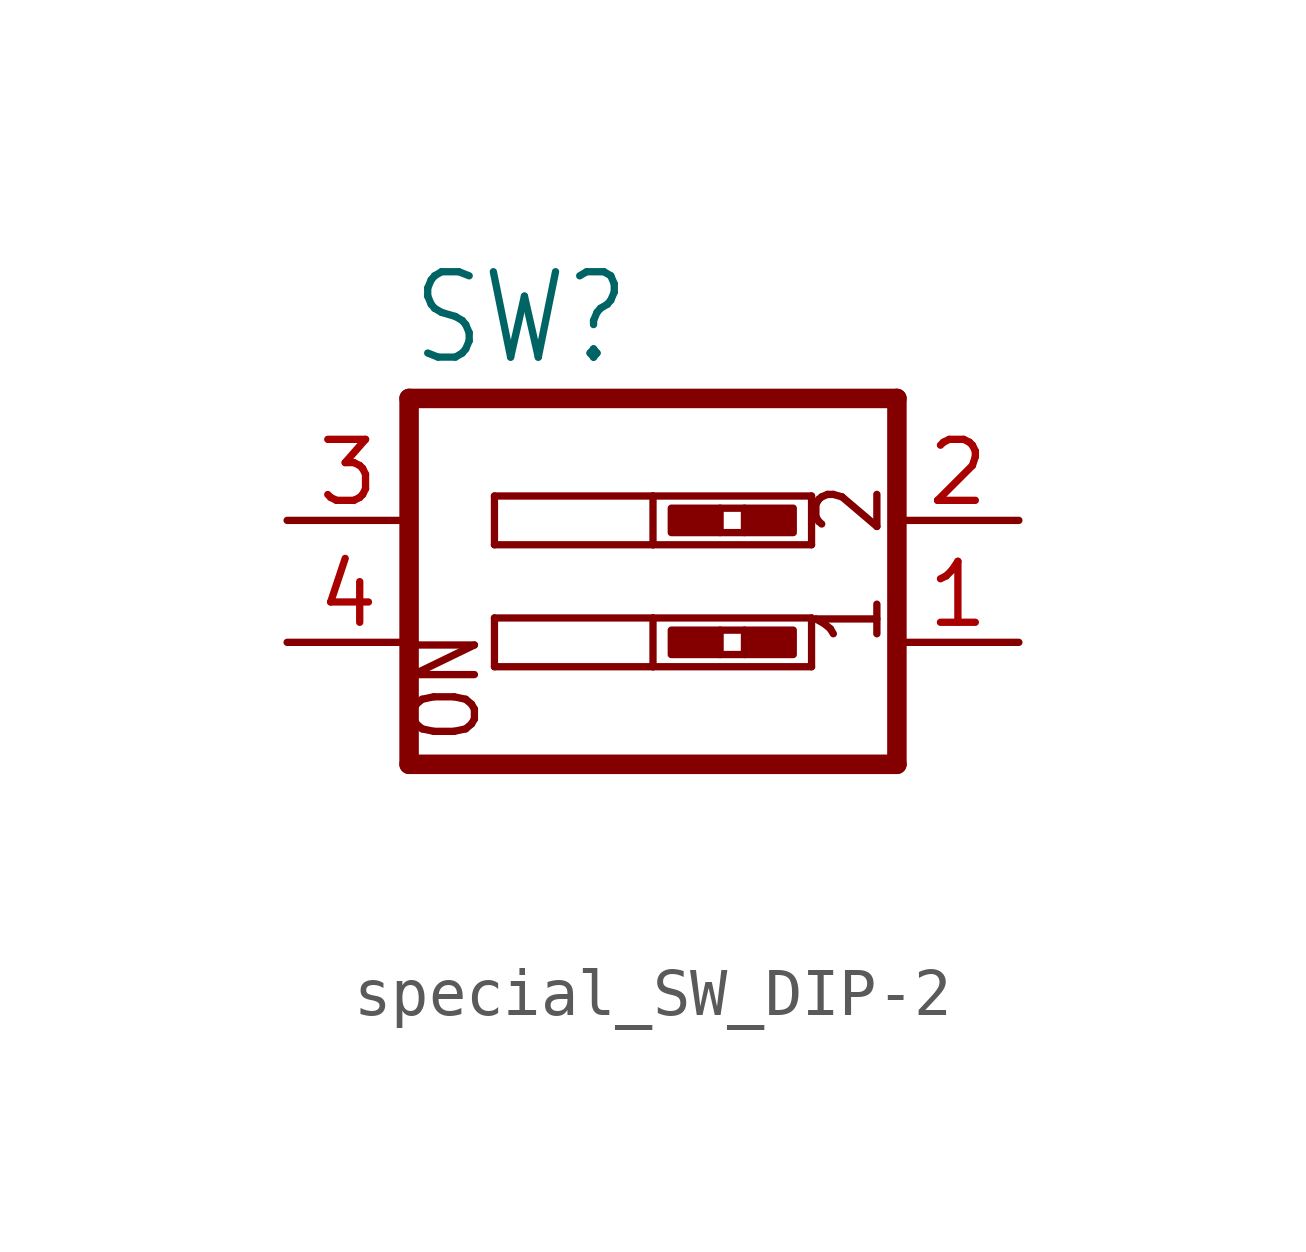
<source format=kicad_sym>
(kicad_symbol_lib
  (version 20231120)
  (generator "kicad_symbol_editor")
  (generator_version "8.0")
  (symbol "special_SW_DIP-2"
    (property "Reference" "SW"
      (at -5.08 3.175 0)
      (effects (font (size 1.778 1.511)) (justify left bottom)))
    (property "Value" ""
      (at -5.08 -7.62 0)
      (effects (font (size 1.778 1.511)) (justify left bottom)))
    (property "ki_locked" ""
      (at 0 0 0)
      (effects (font (size 1.27 1.27))))
    (symbol "special_SW_DIP-2_1_0"
      (polyline (pts (xy -5.08 -5.08) (xy -5.08 2.54)) (stroke (width 0.406) (type solid)) (fill (type none)))
      (polyline (pts (xy -5.08 -5.08) (xy 5.08 -5.08)) (stroke (width 0.406) (type solid)) (fill (type none)))
      (polyline (pts (xy -3.302 -3.048) (xy -3.302 -2.032)) (stroke (width 0.152) (type solid)) (fill (type none)))
      (polyline (pts (xy -3.302 -2.032) (xy 0 -2.032)) (stroke (width 0.152) (type solid)) (fill (type none)))
      (polyline (pts (xy -3.302 -0.508) (xy -3.302 0.508)) (stroke (width 0.152) (type solid)) (fill (type none)))
      (polyline (pts (xy -3.302 0.508) (xy 0 0.508)) (stroke (width 0.152) (type solid)) (fill (type none)))
      (polyline (pts (xy 0 -3.048) (xy -3.302 -3.048)) (stroke (width 0.152) (type solid)) (fill (type none)))
      (polyline (pts (xy 0 -2.032) (xy 0 -3.048)) (stroke (width 0.152) (type solid)) (fill (type none)))
      (polyline (pts (xy 0 -2.032) (xy 3.302 -2.032)) (stroke (width 0.152) (type solid)) (fill (type none)))
      (polyline (pts (xy 0 -0.508) (xy -3.302 -0.508)) (stroke (width 0.152) (type solid)) (fill (type none)))
      (polyline (pts (xy 0 0.508) (xy 0 -0.508)) (stroke (width 0.152) (type solid)) (fill (type none)))
      (polyline (pts (xy 0 0.508) (xy 3.302 0.508)) (stroke (width 0.152) (type solid)) (fill (type none)))
      (polyline (pts (xy 1.397 -2.794) (xy 1.905 -2.794)) (stroke (width 0) (type solid)) (fill (type none)))
      (polyline (pts (xy 1.397 -2.286) (xy 1.905 -2.286)) (stroke (width 0) (type solid)) (fill (type none)))
      (polyline (pts (xy 1.397 -0.254) (xy 1.905 -0.254)) (stroke (width 0) (type solid)) (fill (type none)))
      (polyline (pts (xy 1.397 0.254) (xy 1.905 0.254)) (stroke (width 0) (type solid)) (fill (type none)))
      (polyline (pts (xy 3.302 -3.048) (xy 0 -3.048)) (stroke (width 0.152) (type solid)) (fill (type none)))
      (polyline (pts (xy 3.302 -2.032) (xy 3.302 -3.048)) (stroke (width 0.152) (type solid)) (fill (type none)))
      (polyline (pts (xy 3.302 -0.508) (xy 0 -0.508)) (stroke (width 0.152) (type solid)) (fill (type none)))
      (polyline (pts (xy 3.302 0.508) (xy 3.302 -0.508)) (stroke (width 0.152) (type solid)) (fill (type none)))
      (polyline (pts (xy 5.08 2.54) (xy -5.08 2.54)) (stroke (width 0.406) (type solid)) (fill (type none)))
      (polyline (pts (xy 5.08 2.54) (xy 5.08 -5.08)) (stroke (width 0.406) (type solid)) (fill (type none)))
      (rectangle (start 0.381 -2.794) (end 1.397 -2.286) (stroke (width 0) (type default)) (fill (type outline)))
      (rectangle (start 0.381 -0.254) (end 1.397 0.254) (stroke (width 0) (type default)) (fill (type outline)))
      (rectangle (start 1.905 -2.794) (end 2.921 -2.286) (stroke (width 0) (type default)) (fill (type outline)))
      (rectangle (start 1.905 -0.254) (end 2.921 0.254) (stroke (width 0) (type default)) (fill (type outline)))
      (text "1" (at 4.826 -2.667 900) (effects (font (size 1.27 1.079)) (justify left bottom)))
      (text "2" (at 4.826 -0.381 900) (effects (font (size 1.27 1.079)) (justify left bottom)))
      (text "ON" (at -3.556 -4.699 900) (effects (font (size 1.27 1.079)) (justify left bottom)))
      (pin passive line (at 7.62 -2.54 180) (length 2.54) (name "1" (effects (font (size 0 0)))) (number "1" (effects (font (size 1.27 1.27)))))
      (pin passive line (at 7.62 0 180) (length 2.54) (name "2" (effects (font (size 0 0)))) (number "2" (effects (font (size 1.27 1.27)))))
      (pin passive line (at -7.62 0 0) (length 2.54) (name "3" (effects (font (size 0 0)))) (number "3" (effects (font (size 1.27 1.27)))))
      (pin passive line (at -7.62 -2.54 0) (length 2.54) (name "4" (effects (font (size 0 0)))) (number "4" (effects (font (size 1.27 1.27))))))))
</source>
